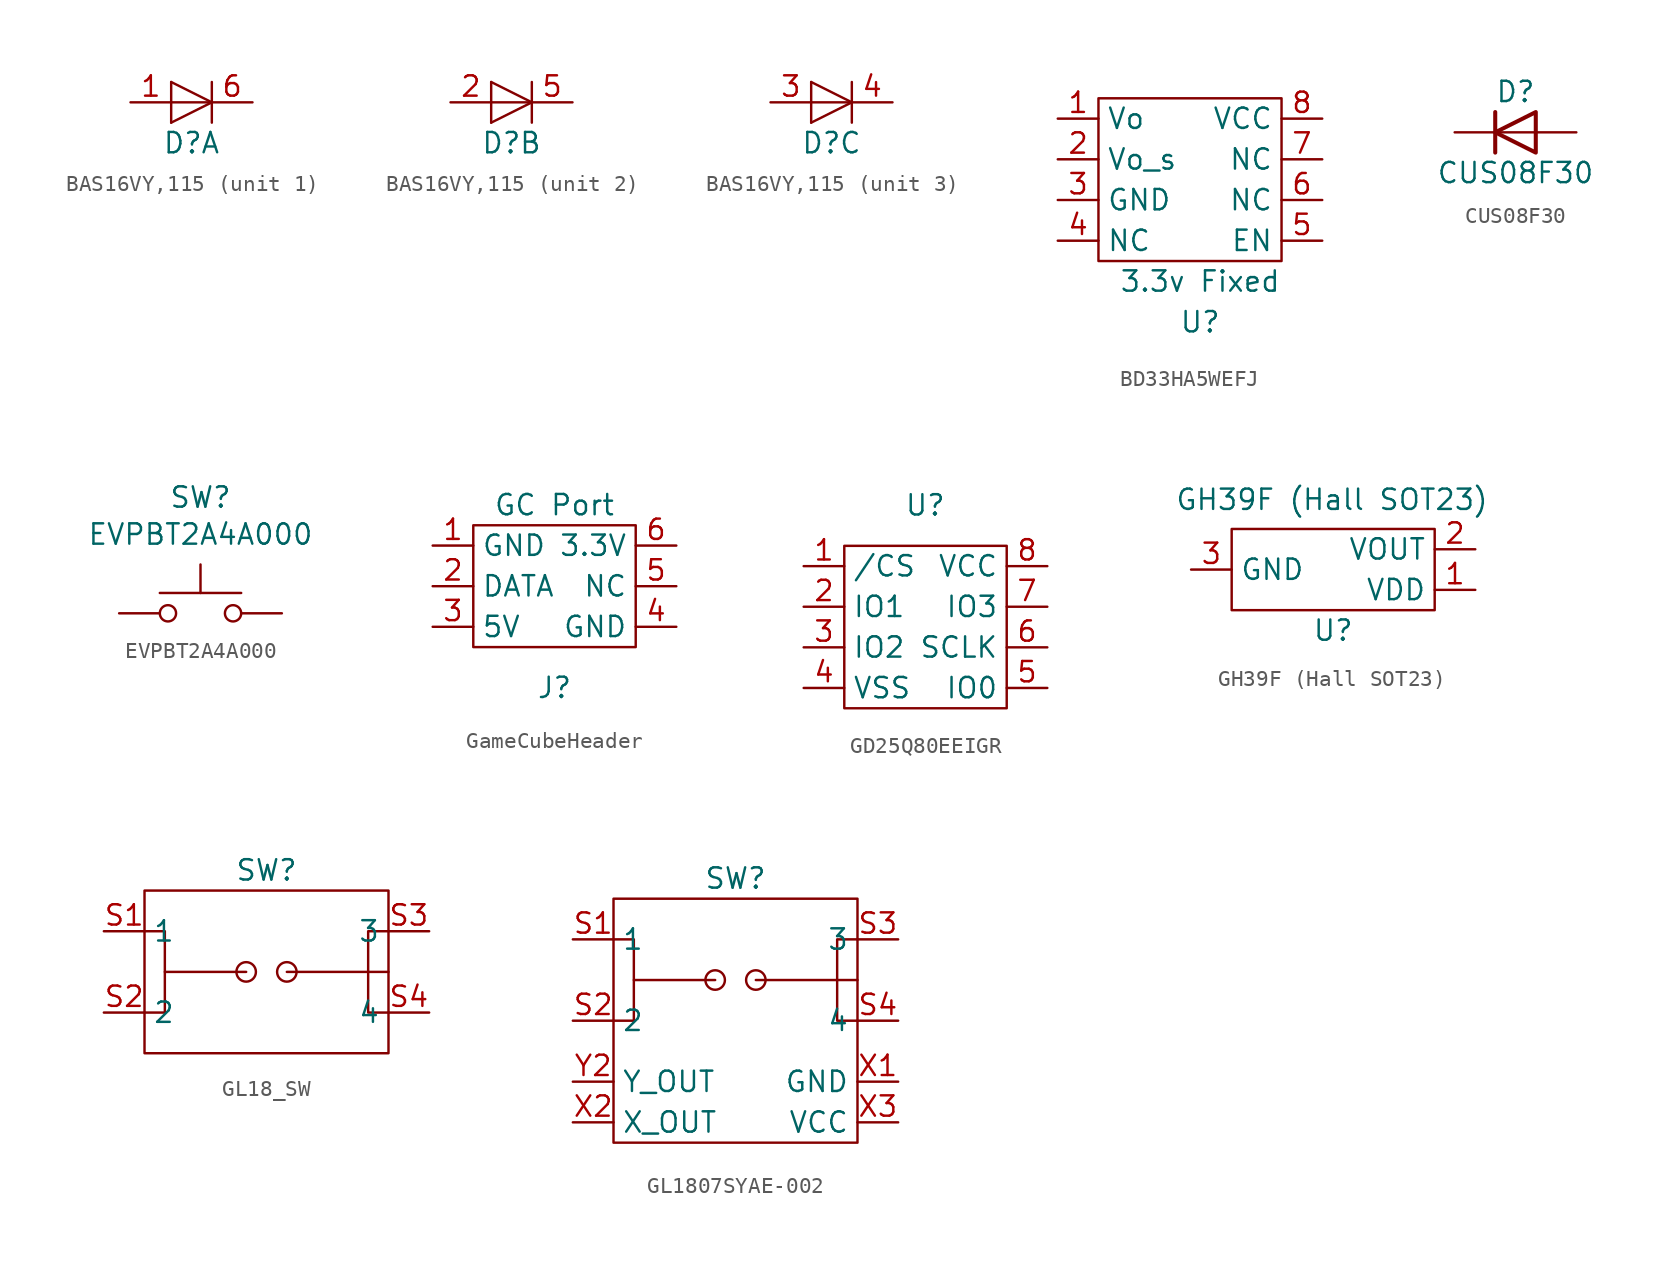
<source format=kicad_sym>
(kicad_symbol_lib
  (version 20241209)
  (generator "kicad_symbol_editor")
  (generator_version "9.0")
  (symbol "BAS16VY,115"
    (pin_names
      (offset 1.016)
      (hide yes))
    (property "Reference" "D"
      (at 0 -2.54 0)
      (effects (font (size 1.27 1.27))))
    (symbol "BAS16VY,115_0_1"
      (polyline (pts (xy -1.27 0) (xy 1.27 0)) (stroke (width 0) (type default)) (fill (type none)))
      (polyline (pts (xy -1.27 -1.27) (xy -1.27 1.27)) (stroke (width 0) (type default)) (fill (type none)))
      (polyline (pts (xy -1.27 -1.27) (xy 1.27 0) (xy -1.27 1.27)) (stroke (width 0) (type default)) (fill (type none)))
      (polyline (pts (xy 1.27 -1.27) (xy 1.27 1.27)) (stroke (width 0.152) (type default)) (fill (type none))))
    (symbol "BAS16VY,115_1_1"
      (pin passive line (at -3.81 0 0) (length 2.54) (name "A" (effects (font (size 1.27 1.27)))) (number "1" (effects (font (size 1.27 1.27)))))
      (pin passive line (at 3.81 0 180) (length 2.54) (name "K" (effects (font (size 1.27 1.27)))) (number "6" (effects (font (size 1.27 1.27))))))
    (symbol "BAS16VY,115_2_1"
      (pin passive line (at -3.81 0 0) (length 2.54) (name "A" (effects (font (size 1.27 1.27)))) (number "2" (effects (font (size 1.27 1.27)))))
      (pin passive line (at 3.81 0 180) (length 2.54) (name "K" (effects (font (size 1.27 1.27)))) (number "5" (effects (font (size 1.27 1.27))))))
    (symbol "BAS16VY,115_3_1"
      (pin passive line (at -3.81 0 0) (length 2.54) (name "A" (effects (font (size 1.27 1.27)))) (number "3" (effects (font (size 1.27 1.27)))))
      (pin passive line (at 3.81 0 180) (length 2.54) (name "K" (effects (font (size 1.27 1.27)))) (number "4" (effects (font (size 1.27 1.27)))))))
  (symbol "BD33HA5WEFJ"
    (property "Reference" "U"
      (at 0 -8.89 0)
      (effects (font (size 1.27 1.27))))
    (property "Value" "3.3v Fixed"
      (at 0 -6.35 0)
      (effects (font (size 1.27 1.27))))
    (symbol "BD33HA5WEFJ_0_1"
      (rectangle (start -6.35 5.08) (end 5.08 -5.08) (stroke (width 0) (type default)) (fill (type none))))
    (symbol "BD33HA5WEFJ_1_1"
      (pin input line (at -8.89 3.81 0) (length 2.54) (name "Vo" (effects (font (size 1.27 1.27)))) (number "1" (effects (font (size 1.27 1.27)))))
      (pin input line (at -8.89 1.27 0) (length 2.54) (name "Vo_s" (effects (font (size 1.27 1.27)))) (number "2" (effects (font (size 1.27 1.27)))))
      (pin input line (at -8.89 -1.27 0) (length 2.54) (name "GND" (effects (font (size 1.27 1.27)))) (number "3" (effects (font (size 1.27 1.27)))))
      (pin input line (at -8.89 -3.81 0) (length 2.54) (name "NC" (effects (font (size 1.27 1.27)))) (number "4" (effects (font (size 1.27 1.27)))))
      (pin input line (at 7.62 3.81 180) (length 2.54) (name "VCC" (effects (font (size 1.27 1.27)))) (number "8" (effects (font (size 1.27 1.27)))))
      (pin input line (at 7.62 1.27 180) (length 2.54) (name "NC" (effects (font (size 1.27 1.27)))) (number "7" (effects (font (size 1.27 1.27)))))
      (pin input line (at 7.62 -1.27 180) (length 2.54) (name "NC" (effects (font (size 1.27 1.27)))) (number "6" (effects (font (size 1.27 1.27)))))
      (pin input line (at 7.62 -3.81 180) (length 2.54) (name "EN" (effects (font (size 1.27 1.27)))) (number "5" (effects (font (size 1.27 1.27)))))))
  (symbol "CUS08F30"
    (pin_numbers
      (hide yes))
    (pin_names
      (offset 1.016)
      (hide yes))
    (property "Reference" "D"
      (at 0 2.54 0)
      (effects (font (size 1.27 1.27))))
    (property "Value" "CUS08F30"
      (at 0 -2.54 0)
      (effects (font (size 1.27 1.27))))
    (symbol "CUS08F30_0_1"
      (polyline (pts (xy -1.27 1.27) (xy -1.27 -1.27)) (stroke (width 0.254) (type default)) (fill (type none)))
      (polyline (pts (xy 1.27 1.27) (xy 1.27 -1.27) (xy -1.27 0) (xy 1.27 1.27)) (stroke (width 0.254) (type default)) (fill (type none)))
      (polyline (pts (xy 1.27 0) (xy -1.27 0)) (stroke (width 0) (type default)) (fill (type none))))
    (symbol "CUS08F30_1_1"
      (pin passive line (at -3.81 0 0) (length 2.54) (name "K" (effects (font (size 1.27 1.27)))) (number "1" (effects (font (size 1.27 1.27)))))
      (pin passive line (at 3.81 0 180) (length 2.54) (name "A" (effects (font (size 1.27 1.27)))) (number "2" (effects (font (size 1.27 1.27)))))))
  (symbol "EVPBT2A4A000"
    (pin_numbers
      (hide yes))
    (pin_names
      (offset 1.016)
      (hide yes))
    (property "Reference" "SW"
      (at 0 7.239 0)
      (effects (font (size 1.27 1.27))))
    (property "Value" "EVPBT2A4A000"
      (at 0 4.928 0)
      (effects (font (size 1.27 1.27))))
    (symbol "EVPBT2A4A000_0_1"
      (circle (center -2.032 0) (radius 0.508) (stroke (width 0) (type default)) (fill (type none)))
      (polyline (pts (xy 0 1.27) (xy 0 3.048)) (stroke (width 0) (type default)) (fill (type none)))
      (circle (center 2.032 0) (radius 0.508) (stroke (width 0) (type default)) (fill (type none)))
      (polyline (pts (xy 2.54 1.27) (xy -2.54 1.27)) (stroke (width 0) (type default)) (fill (type none))))
    (symbol "EVPBT2A4A000_1_1"
      (pin passive line (at -5.08 0 0) (length 2.54) (name "1" (effects (font (size 1.27 1.27)))) (number "1" (effects (font (size 1.27 1.27)))))
      (pin passive line (at -5.08 0 0) (length 2.54) (hide yes) (name "4" (effects (font (size 1.27 1.27)))) (number "4" (effects (font (size 1.27 1.27)))))
      (pin passive line (at 5.08 0 180) (length 2.54) (hide yes) (name "2" (effects (font (size 1.27 1.27)))) (number "2" (effects (font (size 1.27 1.27)))))
      (pin passive line (at 5.08 0 180) (length 2.54) (name "3" (effects (font (size 1.27 1.27)))) (number "3" (effects (font (size 1.27 1.27)))))))
  (symbol "GameCubeHeader"
    (property "Reference" "J"
      (at 0 -6.35 0)
      (effects (font (size 1.27 1.27))))
    (property "Value" "GC Port"
      (at 0 5.08 0)
      (effects (font (size 1.27 1.27))))
    (symbol "GameCubeHeader_0_1"
      (polyline (pts (xy -5.08 2.54) (xy -5.08 3.81) (xy 5.08 3.81) (xy 5.08 -3.81) (xy -5.08 -3.81) (xy -5.08 2.54)) (stroke (width 0) (type default)) (fill (type none))))
    (symbol "GameCubeHeader_1_1"
      (pin input line (at -7.62 2.54 0) (length 2.54) (name "GND" (effects (font (size 1.27 1.27)))) (number "1" (effects (font (size 1.27 1.27)))))
      (pin input line (at -7.62 0 0) (length 2.54) (name "DATA" (effects (font (size 1.27 1.27)))) (number "2" (effects (font (size 1.27 1.27)))))
      (pin input line (at -7.62 -2.54 0) (length 2.54) (name "5V" (effects (font (size 1.27 1.27)))) (number "3" (effects (font (size 1.27 1.27)))))
      (pin input line (at 7.62 2.54 180) (length 2.54) (name "3.3V" (effects (font (size 1.27 1.27)))) (number "6" (effects (font (size 1.27 1.27)))))
      (pin input line (at 7.62 0 180) (length 2.54) (name "NC" (effects (font (size 1.27 1.27)))) (number "5" (effects (font (size 1.27 1.27)))))
      (pin input line (at 7.62 -2.54 180) (length 2.54) (name "GND" (effects (font (size 1.27 1.27)))) (number "4" (effects (font (size 1.27 1.27)))))))
  (symbol "GD25Q80EEIGR"
    (property "Reference" "U"
      (at -0.015 7.62 0)
      (effects (font (size 1.27 1.27))))
    (symbol "GD25Q80EEIGR_0_1"
      (rectangle (start -5.08 5.08) (end 5.08 -5.08) (stroke (width 0) (type default)) (fill (type none))))
    (symbol "GD25Q80EEIGR_1_1"
      (pin input line (at -7.62 3.81 0) (length 2.54) (name "/CS" (effects (font (size 1.27 1.27)))) (number "1" (effects (font (size 1.27 1.27)))))
      (pin input line (at -7.62 1.27 0) (length 2.54) (name "IO1" (effects (font (size 1.27 1.27)))) (number "2" (effects (font (size 1.27 1.27)))))
      (pin input line (at -7.62 -1.27 0) (length 2.54) (name "IO2" (effects (font (size 1.27 1.27)))) (number "3" (effects (font (size 1.27 1.27)))))
      (pin input line (at -7.62 -3.81 0) (length 2.54) (name "VSS" (effects (font (size 1.27 1.27)))) (number "4" (effects (font (size 1.27 1.27)))))
      (pin input line (at 7.62 3.81 180) (length 2.54) (name "VCC" (effects (font (size 1.27 1.27)))) (number "8" (effects (font (size 1.27 1.27)))))
      (pin input line (at 7.62 1.27 180) (length 2.54) (name "IO3" (effects (font (size 1.27 1.27)))) (number "7" (effects (font (size 1.27 1.27)))))
      (pin input line (at 7.62 -1.27 180) (length 2.54) (name "SCLK" (effects (font (size 1.27 1.27)))) (number "6" (effects (font (size 1.27 1.27)))))
      (pin input line (at 7.62 -3.81 180) (length 2.54) (name "IO0" (effects (font (size 1.27 1.27)))) (number "5" (effects (font (size 1.27 1.27)))))))
  (symbol "GH39F (Hall SOT23)"
    (property "Reference" "U"
      (at 0 -3.81 0)
      (effects (font (size 1.27 1.27))))
    (property "Value" "GH39F (Hall SOT23)"
      (at -0.074 4.376 0)
      (effects (font (size 1.27 1.27))))
    (symbol "GH39F (Hall SOT23)_0_1"
      (rectangle (start -6.35 2.54) (end 6.35 -2.54) (stroke (width 0) (type default)) (fill (type none))))
    (symbol "GH39F (Hall SOT23)_1_1"
      (pin power_in line (at -8.89 0 0) (length 2.54) (name "GND" (effects (font (size 1.27 1.27)))) (number "3" (effects (font (size 1.27 1.27)))))
      (pin output line (at 8.89 1.27 180) (length 2.54) (name "VOUT" (effects (font (size 1.27 1.27)))) (number "2" (effects (font (size 1.27 1.27)))))
      (pin power_in line (at 8.89 -1.27 180) (length 2.54) (name "VDD" (effects (font (size 1.27 1.27)))) (number "1" (effects (font (size 1.27 1.27)))))))
  (symbol "GL18_SW"
    (property "Reference" "SW"
      (at 0 6.35 0)
      (effects (font (size 1.27 1.27))))
    (symbol "GL18_SW_0_1"
      (rectangle (start -7.62 5.08) (end 7.62 -5.08) (stroke (width 0) (type default)) (fill (type none)))
      (polyline (pts (xy -7.62 2.54) (xy -6.35 2.54) (xy -6.35 0) (xy -6.35 -2.54) (xy -7.62 -2.54)) (stroke (width 0) (type default)) (fill (type none)))
      (polyline (pts (xy -6.35 0) (xy -1.27 0)) (stroke (width 0) (type default)) (fill (type none)))
      (circle (center -1.27 0) (radius 0.609) (stroke (width 0) (type default)) (fill (type none)))
      (polyline (pts (xy 1.27 0) (xy 7.62 0)) (stroke (width 0) (type default)) (fill (type none)))
      (circle (center 1.27 0) (radius 0.609) (stroke (width 0) (type default)) (fill (type none)))
      (polyline (pts (xy 7.62 2.54) (xy 6.35 2.54) (xy 6.35 0) (xy 6.35 -2.54) (xy 7.62 -2.54)) (stroke (width 0) (type default)) (fill (type none))))
    (symbol "GL18_SW_1_1"
      (pin input line (at -10.16 2.54 0) (length 2.54) (name "1" (effects (font (size 1.27 1.27)))) (number "S1" (effects (font (size 1.27 1.27)))))
      (pin input line (at -10.16 -2.54 0) (length 2.54) (name "2" (effects (font (size 1.27 1.27)))) (number "S2" (effects (font (size 1.27 1.27)))))
      (pin input line (at 10.16 2.54 180) (length 2.54) (name "3" (effects (font (size 1.27 1.27)))) (number "S3" (effects (font (size 1.27 1.27)))))
      (pin input line (at 10.16 -2.54 180) (length 2.54) (name "4" (effects (font (size 1.27 1.27)))) (number "S4" (effects (font (size 1.27 1.27)))))))
  (symbol "GL1807SYAE-002"
    (property "Reference" "SW"
      (at 0 6.35 0)
      (effects (font (size 1.27 1.27))))
    (symbol "GL1807SYAE-002_0_1"
      (rectangle (start -7.62 5.08) (end 7.62 -10.16) (stroke (width 0) (type default)) (fill (type none)))
      (polyline (pts (xy -7.62 2.54) (xy -6.35 2.54) (xy -6.35 0) (xy -6.35 -2.54) (xy -7.62 -2.54)) (stroke (width 0) (type default)) (fill (type none)))
      (polyline (pts (xy -6.35 0) (xy -1.27 0)) (stroke (width 0) (type default)) (fill (type none)))
      (circle (center -1.27 0) (radius 0.609) (stroke (width 0) (type default)) (fill (type none)))
      (polyline (pts (xy 1.27 0) (xy 7.62 0)) (stroke (width 0) (type default)) (fill (type none)))
      (circle (center 1.27 0) (radius 0.609) (stroke (width 0) (type default)) (fill (type none)))
      (polyline (pts (xy 7.62 2.54) (xy 6.35 2.54) (xy 6.35 0) (xy 6.35 -2.54) (xy 7.62 -2.54)) (stroke (width 0) (type default)) (fill (type none))))
    (symbol "GL1807SYAE-002_1_1"
      (pin input line (at -10.16 2.54 0) (length 2.54) (name "1" (effects (font (size 1.27 1.27)))) (number "S1" (effects (font (size 1.27 1.27)))))
      (pin input line (at -10.16 -2.54 0) (length 2.54) (name "2" (effects (font (size 1.27 1.27)))) (number "S2" (effects (font (size 1.27 1.27)))))
      (pin input line (at -10.16 -6.35 0) (length 2.54) (name "Y_OUT" (effects (font (size 1.27 1.27)))) (number "Y2" (effects (font (size 1.27 1.27)))))
      (pin input line (at -10.16 -8.89 0) (length 2.54) (name "X_OUT" (effects (font (size 1.27 1.27)))) (number "X2" (effects (font (size 1.27 1.27)))))
      (pin input line (at 10.16 2.54 180) (length 2.54) (name "3" (effects (font (size 1.27 1.27)))) (number "S3" (effects (font (size 1.27 1.27)))))
      (pin input line (at 10.16 -2.54 180) (length 2.54) (name "4" (effects (font (size 1.27 1.27)))) (number "S4" (effects (font (size 1.27 1.27)))))
      (pin input line (at 10.16 -6.35 180) (length 2.54) (name "GND" (effects (font (size 1.27 1.27)))) (number "X1" (effects (font (size 1.27 1.27)))))
      (pin input line (at 10.16 -6.35 180) (length 2.54) (hide yes) (name "GND" (effects (font (size 1.27 1.27)))) (number "Y1" (effects (font (size 1.27 1.27)))))
      (pin input line (at 10.16 -8.89 180) (length 2.54) (name "VCC" (effects (font (size 1.27 1.27)))) (number "X3" (effects (font (size 1.27 1.27)))))
      (pin input line (at 10.16 -8.89 180) (length 2.54) (hide yes) (name "VCC" (effects (font (size 1.27 1.27)))) (number "Y3" (effects (font (size 1.27 1.27))))))))
</source>
